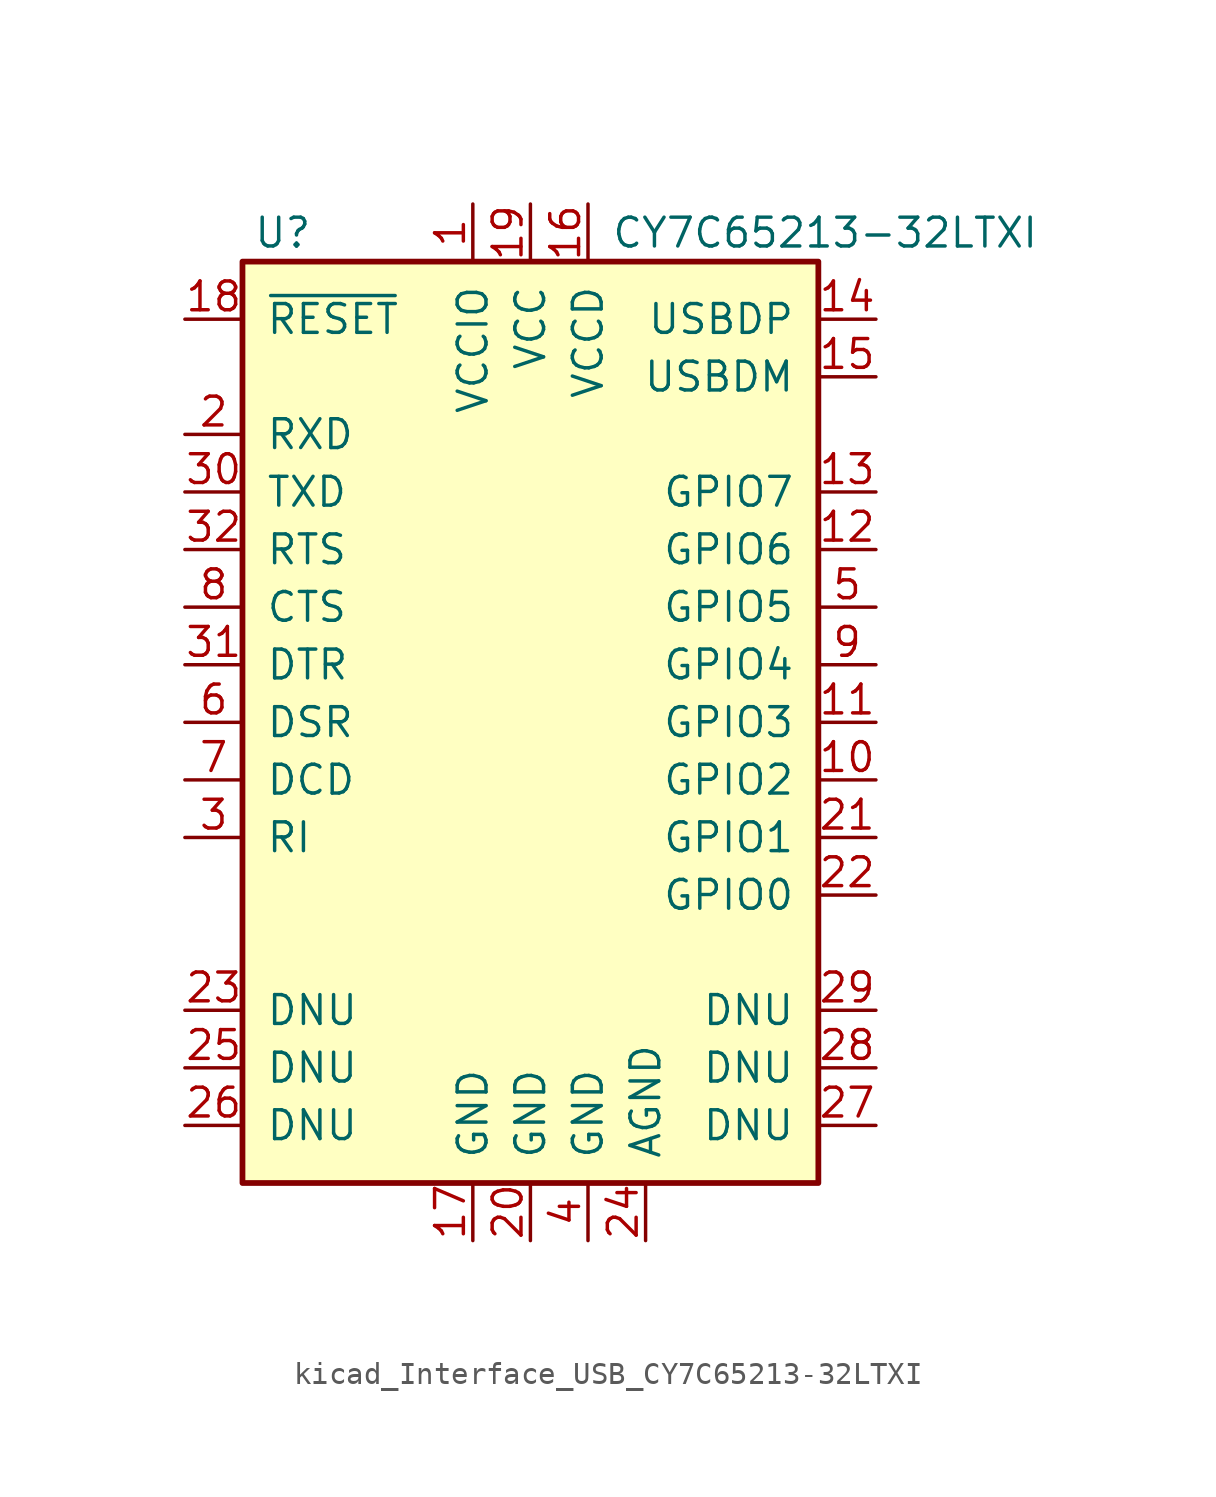
<source format=kicad_sym>
(kicad_symbol_lib
  (version 20220914)
  (generator kicad_symbol_editor)
  (symbol "kicad_Interface_USB_CY7C65213-32LTXI"
    (pin_names
      (offset 1.016))
    (property "Reference" "U"
      (at -10.922 19.05 0)
      (effects (font (size 1.27 1.27))))
    (property "Value" "CY7C65213-32LTXI"
      (at 3.556 19.05 0)
      (effects (font (size 1.27 1.27)) (justify left)))
    (symbol "kicad_Interface_USB_CY7C65213-32LTXI_0_1"
      (rectangle (start -12.7 17.78) (end 12.7 -22.86) (stroke (width 0.254) (type default)) (fill (type background))))
    (symbol "kicad_Interface_USB_CY7C65213-32LTXI_1_1"
      (pin power_in line (at -2.54 20.32 270) (length 2.54) (name "VCCIO" (effects (font (size 1.27 1.27)))) (number "1" (effects (font (size 1.27 1.27)))))
      (pin tri_state line (at 15.24 -5.08 180) (length 2.54) (name "GPIO2" (effects (font (size 1.27 1.27)))) (number "10" (effects (font (size 1.27 1.27)))))
      (pin bidirectional line (at 15.24 -2.54 180) (length 2.54) (name "GPIO3" (effects (font (size 1.27 1.27)))) (number "11" (effects (font (size 1.27 1.27)))))
      (pin tri_state line (at 15.24 5.08 180) (length 2.54) (name "GPIO6" (effects (font (size 1.27 1.27)))) (number "12" (effects (font (size 1.27 1.27)))))
      (pin tri_state line (at 15.24 7.62 180) (length 2.54) (name "GPIO7" (effects (font (size 1.27 1.27)))) (number "13" (effects (font (size 1.27 1.27)))))
      (pin bidirectional line (at 15.24 15.24 180) (length 2.54) (name "USBDP" (effects (font (size 1.27 1.27)))) (number "14" (effects (font (size 1.27 1.27)))))
      (pin bidirectional line (at 15.24 12.7 180) (length 2.54) (name "USBDM" (effects (font (size 1.27 1.27)))) (number "15" (effects (font (size 1.27 1.27)))))
      (pin passive line (at 2.54 20.32 270) (length 2.54) (name "VCCD" (effects (font (size 1.27 1.27)))) (number "16" (effects (font (size 1.27 1.27)))))
      (pin power_in line (at -2.54 -25.4 90) (length 2.54) (name "GND" (effects (font (size 1.27 1.27)))) (number "17" (effects (font (size 1.27 1.27)))))
      (pin bidirectional line (at -15.24 15.24 0) (length 2.54) (name "~{RESET}" (effects (font (size 1.27 1.27)))) (number "18" (effects (font (size 1.27 1.27)))))
      (pin power_in line (at 0 20.32 270) (length 2.54) (name "VCC" (effects (font (size 1.27 1.27)))) (number "19" (effects (font (size 1.27 1.27)))))
      (pin input line (at -15.24 10.16 0) (length 2.54) (name "RXD" (effects (font (size 1.27 1.27)))) (number "2" (effects (font (size 1.27 1.27)))))
      (pin power_in line (at 0 -25.4 90) (length 2.54) (name "GND" (effects (font (size 1.27 1.27)))) (number "20" (effects (font (size 1.27 1.27)))))
      (pin bidirectional line (at 15.24 -7.62 180) (length 2.54) (name "GPIO1" (effects (font (size 1.27 1.27)))) (number "21" (effects (font (size 1.27 1.27)))))
      (pin bidirectional line (at 15.24 -10.16 180) (length 2.54) (name "GPIO0" (effects (font (size 1.27 1.27)))) (number "22" (effects (font (size 1.27 1.27)))))
      (pin passive line (at -15.24 -15.24 0) (length 2.54) (name "DNU" (effects (font (size 1.27 1.27)))) (number "23" (effects (font (size 1.27 1.27)))))
      (pin power_in line (at 5.08 -25.4 90) (length 2.54) (name "AGND" (effects (font (size 1.27 1.27)))) (number "24" (effects (font (size 1.27 1.27)))))
      (pin passive line (at -15.24 -17.78 0) (length 2.54) (name "DNU" (effects (font (size 1.27 1.27)))) (number "25" (effects (font (size 1.27 1.27)))))
      (pin passive line (at -15.24 -20.32 0) (length 2.54) (name "DNU" (effects (font (size 1.27 1.27)))) (number "26" (effects (font (size 1.27 1.27)))))
      (pin passive line (at 15.24 -20.32 180) (length 2.54) (name "DNU" (effects (font (size 1.27 1.27)))) (number "27" (effects (font (size 1.27 1.27)))))
      (pin passive line (at 15.24 -17.78 180) (length 2.54) (name "DNU" (effects (font (size 1.27 1.27)))) (number "28" (effects (font (size 1.27 1.27)))))
      (pin passive line (at 15.24 -15.24 180) (length 2.54) (name "DNU" (effects (font (size 1.27 1.27)))) (number "29" (effects (font (size 1.27 1.27)))))
      (pin input line (at -15.24 -7.62 0) (length 2.54) (name "RI" (effects (font (size 1.27 1.27)))) (number "3" (effects (font (size 1.27 1.27)))))
      (pin output line (at -15.24 7.62 0) (length 2.54) (name "TXD" (effects (font (size 1.27 1.27)))) (number "30" (effects (font (size 1.27 1.27)))))
      (pin output line (at -15.24 0 0) (length 2.54) (name "DTR" (effects (font (size 1.27 1.27)))) (number "31" (effects (font (size 1.27 1.27)))))
      (pin output line (at -15.24 5.08 0) (length 2.54) (name "RTS" (effects (font (size 1.27 1.27)))) (number "32" (effects (font (size 1.27 1.27)))))
      (pin no_connect line (at -12.7 -12.7 0) (length 2.54) hide (name "1EP" (effects (font (size 1.27 1.27)))) (number "33" (effects (font (size 1.27 1.27)))))
      (pin power_in line (at 2.54 -25.4 90) (length 2.54) (name "GND" (effects (font (size 1.27 1.27)))) (number "4" (effects (font (size 1.27 1.27)))))
      (pin tri_state line (at 15.24 2.54 180) (length 2.54) (name "GPIO5" (effects (font (size 1.27 1.27)))) (number "5" (effects (font (size 1.27 1.27)))))
      (pin input line (at -15.24 -2.54 0) (length 2.54) (name "DSR" (effects (font (size 1.27 1.27)))) (number "6" (effects (font (size 1.27 1.27)))))
      (pin input line (at -15.24 -5.08 0) (length 2.54) (name "DCD" (effects (font (size 1.27 1.27)))) (number "7" (effects (font (size 1.27 1.27)))))
      (pin input line (at -15.24 2.54 0) (length 2.54) (name "CTS" (effects (font (size 1.27 1.27)))) (number "8" (effects (font (size 1.27 1.27)))))
      (pin bidirectional line (at 15.24 0 180) (length 2.54) (name "GPIO4" (effects (font (size 1.27 1.27)))) (number "9" (effects (font (size 1.27 1.27))))))))
</source>
